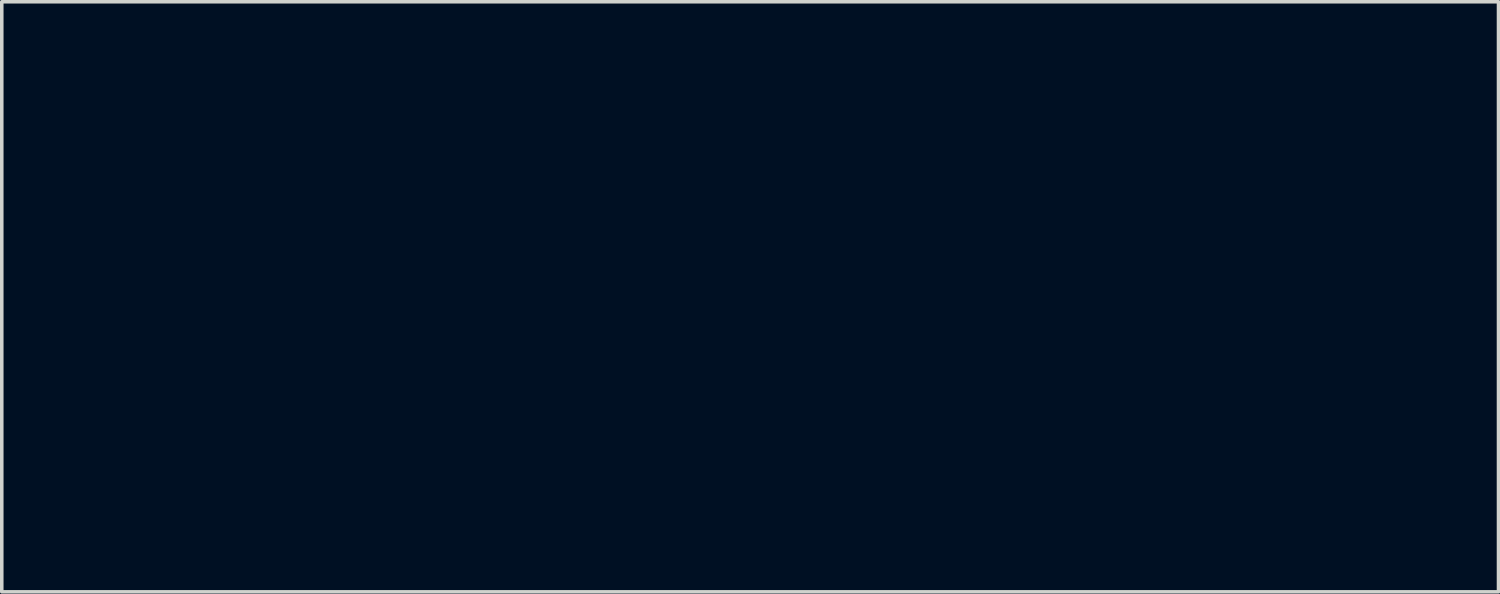
<source format=kicad_pcb>
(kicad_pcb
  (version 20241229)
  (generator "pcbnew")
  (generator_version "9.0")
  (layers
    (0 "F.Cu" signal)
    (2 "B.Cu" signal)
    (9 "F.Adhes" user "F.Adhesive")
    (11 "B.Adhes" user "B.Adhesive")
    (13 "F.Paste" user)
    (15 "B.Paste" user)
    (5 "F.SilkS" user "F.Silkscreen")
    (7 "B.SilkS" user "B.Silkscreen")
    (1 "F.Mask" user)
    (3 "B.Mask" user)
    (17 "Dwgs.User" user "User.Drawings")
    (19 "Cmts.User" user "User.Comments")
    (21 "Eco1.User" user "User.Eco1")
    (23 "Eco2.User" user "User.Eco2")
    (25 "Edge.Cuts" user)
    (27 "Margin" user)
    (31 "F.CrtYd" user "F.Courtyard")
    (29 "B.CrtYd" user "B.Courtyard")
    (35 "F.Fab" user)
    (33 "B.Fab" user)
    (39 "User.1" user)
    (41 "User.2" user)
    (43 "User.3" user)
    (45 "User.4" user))
  (footprint "cc_by_nc_sa_front_mask_30mm"
    (layer "F.Cu")
    (at 18.15 5.349)
    (property "Reference" "cc_by_nc_sa_front_mask_30mm" (at 0 0 0) (layer "F.Mask") (effects (font (size 1.524 1.524) (thickness 0.3))))
    (attr through_hole)
    (fp_poly (pts (xy -3.086 3.312) (xy -2.931 3.324) (xy -2.852 3.349) (xy -2.823 3.401) (xy -2.819 3.48) (xy -2.825 3.569) (xy -2.86 3.616) (xy -2.948 3.637) (xy -3.086 3.648) (xy -3.353 3.663) (xy -3.353 3.297) (xy -3.086 3.312)) (stroke (width 0.01) (type solid)) (fill yes) (layer "F.Mask"))
    (fp_poly (pts (xy -2.884 3.939) (xy -2.746 4.017) (xy -2.693 4.144) (xy -2.692 4.159) (xy -2.726 4.273) (xy -2.833 4.341) (xy -3.023 4.368) (xy -3.084 4.369) (xy -3.353 4.369) (xy -3.353 3.912) (xy -3.102 3.912) (xy -2.884 3.939)) (stroke (width 0.01) (type solid)) (fill yes) (layer "F.Mask"))
    (fp_poly (pts (xy 11.713 3.577) (xy 11.753 3.685) (xy 11.801 3.834) (xy 11.831 3.941) (xy 11.836 3.971) (xy 11.791 3.998) (xy 11.679 4.012) (xy 11.635 4.013) (xy 11.435 4.013) (xy 11.507 3.809) (xy 11.578 3.618) (xy 11.629 3.519) (xy 11.671 3.507) (xy 11.713 3.577)) (stroke (width 0.01) (type solid)) (fill yes) (layer "F.Mask"))
    (fp_poly (pts (xy -1.915 -3.363) (xy -1.78 -3.257) (xy -1.704 -3.11) (xy -1.699 -2.946) (xy -1.779 -2.789) (xy -1.786 -2.781) (xy -1.942 -2.653) (xy -2.103 -2.62) (xy -2.266 -2.664) (xy -2.411 -2.771) (xy -2.482 -2.917) (xy -2.486 -3.078) (xy -2.426 -3.228) (xy -2.31 -3.345) (xy -2.142 -3.401) (xy -2.098 -3.404) (xy -1.915 -3.363)) (stroke (width 0.01) (type solid)) (fill yes) (layer "F.Mask"))
    (fp_poly (pts (xy -2.05 -2.427) (xy -1.346 -2.413) (xy -1.318 -1.067) (xy -1.626 -1.067) (xy -1.626 0.356) (xy -2.54 0.356) (xy -2.54 -1.067) (xy -2.896 -1.067) (xy -2.896 -1.696) (xy -2.892 -1.982) (xy -2.882 -2.181) (xy -2.863 -2.307) (xy -2.834 -2.374) (xy -2.825 -2.383) (xy -2.74 -2.41) (xy -2.561 -2.425) (xy -2.285 -2.43) (xy -2.05 -2.427)) (stroke (width 0.01) (type solid)) (fill yes) (layer "F.Mask"))
    (fp_poly (pts (xy -8.512 -1.564) (xy -8.213 -1.484) (xy -7.959 -1.338) (xy -7.901 -1.287) (xy -7.797 -1.177) (xy -7.732 -1.091) (xy -7.722 -1.065) (xy -7.763 -1.018) (xy -7.87 -0.946) (xy -7.961 -0.896) (xy -8.201 -0.775) (xy -8.337 -0.921) (xy -8.508 -1.035) (xy -8.715 -1.071) (xy -8.922 -1.025) (xy -8.948 -1.012) (xy -9.063 -0.898) (xy -9.144 -0.715) (xy -9.187 -0.491) (xy -9.187 -0.254) (xy -9.14 -0.031) (xy -9.106 0.051) (xy -8.973 0.222) (xy -8.798 0.32) (xy -8.606 0.343) (xy -8.421 0.286) (xy -8.274 0.154) (xy -8.165 0.008) (xy -7.944 0.116) (xy -7.799 0.192) (xy -7.736 0.256) (xy -7.744 0.332) (xy -7.805 0.436) (xy -7.971 0.605) (xy -8.206 0.736) (xy -8.483 0.821) (xy -8.774 0.853) (xy -9.052 0.825) (xy -9.162 0.792) (xy -9.442 0.637) (xy -9.656 0.409) (xy -9.8 0.114) (xy -9.868 -0.238) (xy -9.873 -0.386) (xy -9.839 -0.74) (xy -9.736 -1.027) (xy -9.559 -1.26) (xy -9.406 -1.384) (xy -9.135 -1.515) (xy -8.828 -1.575) (xy -8.512 -1.564)) (stroke (width 0.01) (type solid)) (fill yes) (layer "F.Mask"))
    (fp_poly (pts (xy -10.705 -1.549) (xy -10.59 -1.523) (xy -10.463 -1.463) (xy -10.316 -1.368) (xy -10.174 -1.257) (xy -10.063 -1.152) (xy -10.009 -1.073) (xy -10.008 -1.062) (xy -10.049 -1.016) (xy -10.156 -0.946) (xy -10.247 -0.896) (xy -10.487 -0.775) (xy -10.623 -0.921) (xy -10.795 -1.041) (xy -10.988 -1.077) (xy -11.176 -1.032) (xy -11.332 -0.911) (xy -11.409 -0.785) (xy -11.473 -0.54) (xy -11.476 -0.285) (xy -11.423 -0.044) (xy -11.322 0.155) (xy -11.176 0.288) (xy -11.157 0.298) (xy -10.976 0.334) (xy -10.779 0.3) (xy -10.609 0.207) (xy -10.537 0.128) (xy -10.457 0.005) (xy -10.232 0.114) (xy -10.102 0.188) (xy -10.021 0.254) (xy -10.008 0.28) (xy -10.045 0.358) (xy -10.14 0.47) (xy -10.268 0.592) (xy -10.404 0.698) (xy -10.485 0.747) (xy -10.672 0.809) (xy -10.913 0.842) (xy -11.164 0.844) (xy -11.382 0.814) (xy -11.436 0.797) (xy -11.733 0.644) (xy -11.95 0.436) (xy -12.091 0.167) (xy -12.159 -0.17) (xy -12.167 -0.357) (xy -12.131 -0.723) (xy -12.021 -1.025) (xy -11.833 -1.272) (xy -11.694 -1.388) (xy -11.549 -1.48) (xy -11.408 -1.532) (xy -11.226 -1.559) (xy -11.127 -1.566) (xy -10.908 -1.567) (xy -10.705 -1.549)) (stroke (width 0.01) (type solid)) (fill yes) (layer "F.Mask"))
    (fp_poly (pts (xy 11.565 -3.009) (xy 11.909 -2.878) (xy 12.197 -2.663) (xy 12.426 -2.365) (xy 12.507 -2.21) (xy 12.586 -1.955) (xy 12.626 -1.647) (xy 12.626 -1.324) (xy 12.585 -1.025) (xy 12.517 -0.81) (xy 12.312 -0.481) (xy 12.041 -0.221) (xy 11.719 -0.038) (xy 11.359 0.061) (xy 10.975 0.069) (xy 10.83 0.047) (xy 10.512 -0.065) (xy 10.235 -0.261) (xy 10.018 -0.525) (xy 9.93 -0.698) (xy 9.864 -0.875) (xy 9.855 -0.985) (xy 9.915 -1.042) (xy 10.056 -1.064) (xy 10.203 -1.067) (xy 10.387 -1.065) (xy 10.495 -1.053) (xy 10.552 -1.02) (xy 10.583 -0.956) (xy 10.598 -0.907) (xy 10.7 -0.717) (xy 10.876 -0.593) (xy 11.117 -0.541) (xy 11.17 -0.539) (xy 11.432 -0.579) (xy 11.634 -0.698) (xy 11.777 -0.898) (xy 11.861 -1.18) (xy 11.886 -1.513) (xy 11.866 -1.834) (xy 11.799 -2.08) (xy 11.68 -2.266) (xy 11.627 -2.317) (xy 11.427 -2.433) (xy 11.197 -2.467) (xy 10.967 -2.421) (xy 10.763 -2.298) (xy 10.697 -2.23) (xy 10.594 -2.082) (xy 10.574 -1.982) (xy 10.638 -1.934) (xy 10.68 -1.93) (xy 10.727 -1.921) (xy 10.725 -1.885) (xy 10.666 -1.808) (xy 10.542 -1.679) (xy 10.502 -1.639) (xy 10.211 -1.347) (xy 9.919 -1.639) (xy 9.779 -1.784) (xy 9.706 -1.873) (xy 9.693 -1.918) (xy 9.733 -1.93) (xy 9.735 -1.93) (xy 9.811 -1.954) (xy 9.867 -2.04) (xy 9.906 -2.157) (xy 10.044 -2.48) (xy 10.256 -2.736) (xy 10.534 -2.921) (xy 10.869 -3.028) (xy 11.169 -3.054) (xy 11.565 -3.009)) (stroke (width 0.01) (type solid)) (fill yes) (layer "F.Mask"))
    (fp_poly (pts (xy 11.317 -4.458) (xy 11.782 -4.404) (xy 12.19 -4.294) (xy 12.579 -4.116) (xy 12.689 -4.052) (xy 13.113 -3.74) (xy 13.466 -3.365) (xy 13.745 -2.939) (xy 13.946 -2.475) (xy 14.068 -1.984) (xy 14.105 -1.479) (xy 14.057 -0.971) (xy 13.92 -0.474) (xy 13.69 0.001) (xy 13.686 0.007) (xy 13.502 0.259) (xy 13.257 0.526) (xy 12.979 0.779) (xy 12.698 0.99) (xy 12.584 1.061) (xy 12.155 1.252) (xy 11.679 1.37) (xy 11.18 1.412) (xy 10.685 1.375) (xy 10.432 1.322) (xy 10.084 1.213) (xy 9.785 1.078) (xy 9.507 0.899) (xy 9.22 0.658) (xy 9.058 0.502) (xy 8.716 0.097) (xy 8.465 -0.349) (xy 8.305 -0.839) (xy 8.234 -1.377) (xy 8.23 -1.555) (xy 8.23 -1.556) (xy 8.75 -1.556) (xy 8.783 -1.119) (xy 8.897 -0.697) (xy 9.087 -0.3) (xy 9.353 0.061) (xy 9.692 0.374) (xy 10.1 0.629) (xy 10.439 0.772) (xy 10.697 0.831) (xy 11.015 0.858) (xy 11.353 0.853) (xy 11.675 0.815) (xy 11.813 0.785) (xy 12.117 0.683) (xy 12.396 0.535) (xy 12.679 0.324) (xy 12.824 0.197) (xy 13.146 -0.16) (xy 13.376 -0.559) (xy 13.515 -1.003) (xy 13.563 -1.493) (xy 13.563 -1.516) (xy 13.523 -2.001) (xy 13.401 -2.434) (xy 13.191 -2.83) (xy 12.887 -3.204) (xy 12.831 -3.26) (xy 12.457 -3.564) (xy 12.044 -3.78) (xy 11.606 -3.908) (xy 11.156 -3.95) (xy 10.705 -3.903) (xy 10.268 -3.77) (xy 9.857 -3.55) (xy 9.485 -3.242) (xy 9.474 -3.231) (xy 9.159 -2.845) (xy 8.936 -2.43) (xy 8.8 -1.997) (xy 8.75 -1.556) (xy 8.23 -1.556) (xy 8.269 -2.074) (xy 8.391 -2.548) (xy 8.602 -2.987) (xy 8.905 -3.405) (xy 9.116 -3.633) (xy 9.517 -3.978) (xy 9.943 -4.228) (xy 10.402 -4.387) (xy 10.906 -4.459) (xy 11.317 -4.458)) (stroke (width 0.01) (type solid)) (fill yes) (layer "F.Mask"))
    (fp_poly (pts (xy -1.376 -4.385) (xy -0.893 -4.221) (xy -0.445 -3.974) (xy -0.042 -3.646) (xy 0.303 -3.242) (xy 0.349 -3.176) (xy 0.572 -2.795) (xy 0.721 -2.422) (xy 0.806 -2.024) (xy 0.835 -1.57) (xy 0.835 -1.524) (xy 0.806 -1.034) (xy 0.716 -0.606) (xy 0.558 -0.215) (xy 0.417 0.028) (xy 0.193 0.319) (xy -0.091 0.613) (xy -0.401 0.877) (xy -0.678 1.062) (xy -1.083 1.243) (xy -1.542 1.361) (xy -2.028 1.411) (xy -2.51 1.39) (xy -2.642 1.371) (xy -3.107 1.24) (xy -3.552 1.021) (xy -3.963 0.725) (xy -4.325 0.367) (xy -4.626 -0.043) (xy -4.853 -0.491) (xy -4.954 -0.798) (xy -5.004 -1.089) (xy -5.025 -1.434) (xy -5.024 -1.493) (xy -4.505 -1.493) (xy -4.459 -1.046) (xy -4.339 -0.626) (xy -4.222 -0.381) (xy -4.005 -0.074) (xy -3.722 0.218) (xy -3.4 0.474) (xy -3.062 0.676) (xy -2.734 0.804) (xy -2.712 0.81) (xy -2.577 0.83) (xy -2.372 0.843) (xy -2.132 0.849) (xy -1.978 0.848) (xy -1.73 0.841) (xy -1.55 0.826) (xy -1.407 0.797) (xy -1.267 0.746) (xy -1.097 0.667) (xy -1.061 0.649) (xy -0.673 0.407) (xy -0.322 0.089) (xy -0.032 -0.28) (xy 0.115 -0.543) (xy 0.184 -0.693) (xy 0.23 -0.817) (xy 0.259 -0.942) (xy 0.273 -1.094) (xy 0.279 -1.3) (xy 0.279 -1.524) (xy 0.278 -1.79) (xy 0.272 -1.982) (xy 0.255 -2.126) (xy 0.224 -2.25) (xy 0.172 -2.381) (xy 0.095 -2.545) (xy 0.095 -2.546) (xy -0.154 -2.958) (xy -0.468 -3.303) (xy -0.833 -3.576) (xy -1.237 -3.774) (xy -1.669 -3.895) (xy -2.115 -3.935) (xy -2.563 -3.891) (xy -3.002 -3.759) (xy -3.418 -3.537) (xy -3.505 -3.476) (xy -3.799 -3.216) (xy -4.065 -2.899) (xy -4.276 -2.56) (xy -4.365 -2.36) (xy -4.474 -1.94) (xy -4.505 -1.493) (xy -5.024 -1.493) (xy -5.018 -1.791) (xy -4.981 -2.117) (xy -4.952 -2.258) (xy -4.794 -2.694) (xy -4.559 -3.116) (xy -4.264 -3.504) (xy -3.924 -3.836) (xy -3.555 -4.094) (xy -3.441 -4.154) (xy -2.927 -4.35) (xy -2.404 -4.452) (xy -1.884 -4.463) (xy -1.376 -4.385)) (stroke (width 0.01) (type solid)) (fill yes) (layer "F.Mask"))
    (fp_poly (pts (xy -9.529 -4.311) (xy -9.113 -4.258) (xy -8.724 -4.161) (xy -8.437 -4.058) (xy -7.883 -3.785) (xy -7.389 -3.434) (xy -6.96 -3.016) (xy -6.601 -2.539) (xy -6.318 -2.011) (xy -6.116 -1.442) (xy -5.999 -0.841) (xy -5.974 -0.216) (xy -5.994 0.072) (xy -6.078 0.607) (xy -6.215 1.079) (xy -6.417 1.51) (xy -6.693 1.92) (xy -7.055 2.332) (xy -7.135 2.413) (xy -7.522 2.768) (xy -7.898 3.043) (xy -8.287 3.254) (xy -8.715 3.418) (xy -8.839 3.455) (xy -9.162 3.524) (xy -9.543 3.569) (xy -9.945 3.589) (xy -10.331 3.581) (xy -10.665 3.545) (xy -10.726 3.533) (xy -11.293 3.372) (xy -11.812 3.13) (xy -12.296 2.802) (xy -12.676 2.464) (xy -13.094 2.003) (xy -13.417 1.537) (xy -13.651 1.051) (xy -13.802 0.531) (xy -13.877 -0.039) (xy -13.887 -0.406) (xy -13.884 -0.444) (xy -13.192 -0.444) (xy -13.155 0.104) (xy -13.019 0.657) (xy -13.005 0.696) (xy -12.784 1.179) (xy -12.478 1.625) (xy -12.102 2.022) (xy -11.67 2.358) (xy -11.195 2.621) (xy -10.692 2.8) (xy -10.49 2.845) (xy -10.24 2.87) (xy -9.932 2.873) (xy -9.603 2.855) (xy -9.295 2.819) (xy -9.047 2.767) (xy -9.042 2.765) (xy -8.589 2.587) (xy -8.144 2.33) (xy -7.738 2.012) (xy -7.722 1.997) (xy -7.333 1.583) (xy -7.04 1.146) (xy -6.839 0.676) (xy -6.724 0.163) (xy -6.692 -0.305) (xy -6.7 -0.693) (xy -6.739 -1.022) (xy -6.817 -1.329) (xy -6.943 -1.654) (xy -7.022 -1.826) (xy -7.141 -2.057) (xy -7.268 -2.252) (xy -7.427 -2.445) (xy -7.639 -2.665) (xy -8.062 -3.032) (xy -8.5 -3.304) (xy -8.969 -3.486) (xy -9.482 -3.584) (xy -9.922 -3.607) (xy -10.503 -3.564) (xy -11.03 -3.436) (xy -11.505 -3.222) (xy -11.929 -2.922) (xy -11.941 -2.911) (xy -12.377 -2.474) (xy -12.721 -2.002) (xy -12.973 -1.503) (xy -13.131 -0.981) (xy -13.192 -0.444) (xy -13.884 -0.444) (xy -13.839 -1.037) (xy -13.699 -1.628) (xy -13.464 -2.183) (xy -13.133 -2.709) (xy -12.976 -2.91) (xy -12.531 -3.372) (xy -12.038 -3.744) (xy -11.501 -4.027) (xy -10.923 -4.217) (xy -10.307 -4.313) (xy -10.008 -4.325) (xy -9.529 -4.311)) (stroke (width 0.01) (type solid)) (fill yes) (layer "F.Mask"))
    (fp_poly (pts (xy 5.198 -4.398) (xy 5.683 -4.252) (xy 5.987 -4.107) (xy 6.251 -3.927) (xy 6.525 -3.688) (xy 6.786 -3.415) (xy 7.006 -3.137) (xy 7.154 -2.891) (xy 7.35 -2.38) (xy 7.454 -1.849) (xy 7.466 -1.312) (xy 7.386 -0.785) (xy 7.214 -0.283) (xy 7.181 -0.211) (xy 6.949 0.165) (xy 6.639 0.521) (xy 6.271 0.836) (xy 5.869 1.093) (xy 5.454 1.271) (xy 5.446 1.274) (xy 5.103 1.353) (xy 4.713 1.397) (xy 4.319 1.401) (xy 3.962 1.366) (xy 3.875 1.349) (xy 3.413 1.195) (xy 2.972 0.953) (xy 2.568 0.638) (xy 2.218 0.264) (xy 1.942 -0.154) (xy 1.888 -0.259) (xy 1.688 -0.781) (xy 1.59 -1.3) (xy 1.591 -1.627) (xy 2.138 -1.627) (xy 2.147 -1.318) (xy 2.182 -1.024) (xy 2.23 -0.817) (xy 2.414 -0.39) (xy 2.683 -0.001) (xy 3.02 0.334) (xy 3.412 0.6) (xy 3.794 0.766) (xy 4.104 0.835) (xy 4.462 0.861) (xy 4.83 0.845) (xy 5.175 0.789) (xy 5.459 0.695) (xy 5.676 0.58) (xy 5.904 0.438) (xy 6.026 0.351) (xy 6.184 0.216) (xy 6.338 0.063) (xy 6.472 -0.09) (xy 6.571 -0.224) (xy 6.621 -0.323) (xy 6.617 -0.361) (xy 6.558 -0.395) (xy 6.425 -0.46) (xy 6.241 -0.546) (xy 6.065 -0.625) (xy 5.55 -0.852) (xy 5.471 -0.685) (xy 5.334 -0.494) (xy 5.135 -0.334) (xy 4.915 -0.236) (xy 4.889 -0.23) (xy 4.787 -0.201) (xy 4.739 -0.148) (xy 4.725 -0.041) (xy 4.724 0.029) (xy 4.72 0.168) (xy 4.693 0.234) (xy 4.626 0.253) (xy 4.572 0.254) (xy 4.477 0.247) (xy 4.433 0.208) (xy 4.42 0.108) (xy 4.42 0.032) (xy 4.415 -0.107) (xy 4.383 -0.176) (xy 4.297 -0.209) (xy 4.207 -0.224) (xy 4.034 -0.27) (xy 3.836 -0.348) (xy 3.747 -0.393) (xy 3.5 -0.527) (xy 3.908 -0.935) (xy 4.107 -0.823) (xy 4.301 -0.746) (xy 4.509 -0.713) (xy 4.698 -0.724) (xy 4.836 -0.781) (xy 4.851 -0.794) (xy 4.909 -0.906) (xy 4.918 -1.009) (xy 4.906 -1.05) (xy 4.876 -1.093) (xy 4.817 -1.141) (xy 4.719 -1.201) (xy 4.571 -1.278) (xy 4.365 -1.377) (xy 4.089 -1.504) (xy 3.734 -1.664) (xy 3.581 -1.733) (xy 2.261 -2.324) (xy 2.201 -2.14) (xy 2.156 -1.914) (xy 2.138 -1.627) (xy 1.591 -1.627) (xy 1.593 -1.819) (xy 1.697 -2.337) (xy 1.888 -2.824) (xy 1.909 -2.86) (xy 2.54 -2.86) (xy 2.584 -2.825) (xy 2.703 -2.759) (xy 2.878 -2.673) (xy 3.086 -2.577) (xy 3.345 -2.467) (xy 3.521 -2.404) (xy 3.621 -2.384) (xy 3.652 -2.4) (xy 3.725 -2.511) (xy 3.857 -2.635) (xy 4.018 -2.747) (xy 4.172 -2.82) (xy 4.201 -2.828) (xy 4.324 -2.865) (xy 4.383 -2.922) (xy 4.405 -3.034) (xy 4.41 -3.088) (xy 4.426 -3.223) (xy 4.462 -3.285) (xy 4.539 -3.301) (xy 4.575 -3.302) (xy 4.668 -3.295) (xy 4.711 -3.255) (xy 4.724 -3.153) (xy 4.724 -3.08) (xy 4.73 -2.941) (xy 4.761 -2.872) (xy 4.839 -2.84) (xy 4.9 -2.83) (xy 5.044 -2.794) (xy 5.199 -2.738) (xy 5.335 -2.675) (xy 5.421 -2.619) (xy 5.436 -2.595) (xy 5.402 -2.542) (xy 5.317 -2.447) (xy 5.264 -2.393) (xy 5.092 -2.227) (xy 4.849 -2.31) (xy 4.661 -2.356) (xy 4.498 -2.365) (xy 4.462 -2.36) (xy 4.35 -2.309) (xy 4.263 -2.224) (xy 4.225 -2.137) (xy 4.24 -2.091) (xy 4.295 -2.061) (xy 4.428 -1.996) (xy 4.624 -1.903) (xy 4.87 -1.79) (xy 5.149 -1.662) (xy 5.448 -1.527) (xy 5.751 -1.391) (xy 6.044 -1.26) (xy 6.312 -1.142) (xy 6.54 -1.042) (xy 6.714 -0.968) (xy 6.819 -0.926) (xy 6.841 -0.919) (xy 6.88 -0.964) (xy 6.915 -1.097) (xy 6.937 -1.25) (xy 6.94 -1.745) (xy 6.847 -2.219) (xy 6.658 -2.662) (xy 6.379 -3.067) (xy 6.235 -3.223) (xy 5.897 -3.515) (xy 5.544 -3.723) (xy 5.145 -3.863) (xy 5.01 -3.895) (xy 4.552 -3.944) (xy 4.09 -3.903) (xy 3.647 -3.776) (xy 3.247 -3.569) (xy 3.226 -3.555) (xy 3.103 -3.46) (xy 2.958 -3.33) (xy 2.81 -3.186) (xy 2.677 -3.046) (xy 2.581 -2.932) (xy 2.54 -2.863) (xy 2.54 -2.86) (xy 1.909 -2.86) (xy 2.058 -3.108) (xy 2.291 -3.405) (xy 2.565 -3.692) (xy 2.852 -3.942) (xy 3.13 -4.129) (xy 3.187 -4.16) (xy 3.66 -4.344) (xy 4.166 -4.444) (xy 4.685 -4.462) (xy 5.198 -4.398)) (stroke (width 0.01) (type solid)) (fill yes) (layer "F.Mask"))
    (fp_poly (pts (xy 1.391 -5.343) (xy 2.454 -5.342) (xy 3.505 -5.341) (xy 4.54 -5.34) (xy 5.554 -5.338) (xy 6.543 -5.336) (xy 7.5 -5.333) (xy 8.421 -5.33) (xy 9.302 -5.326) (xy 10.137 -5.322) (xy 10.921 -5.318) (xy 11.65 -5.314) (xy 12.319 -5.309) (xy 12.922 -5.303) (xy 13.456 -5.297) (xy 13.914 -5.291) (xy 14.292 -5.285) (xy 14.585 -5.278) (xy 14.789 -5.271) (xy 14.897 -5.263) (xy 14.913 -5.26) (xy 14.966 -5.239) (xy 15.012 -5.22) (xy 15.053 -5.196) (xy 15.089 -5.163) (xy 15.119 -5.113) (xy 15.146 -5.041) (xy 15.168 -4.941) (xy 15.186 -4.808) (xy 15.201 -4.635) (xy 15.212 -4.417) (xy 15.221 -4.148) (xy 15.227 -3.822) (xy 15.231 -3.434) (xy 15.233 -2.977) (xy 15.233 -2.445) (xy 15.233 -1.833) (xy 15.231 -1.136) (xy 15.229 -0.346) (xy 15.228 0.24) (xy 15.215 5.309) (xy 0.021 5.321) (xy -1.215 5.322) (xy -2.425 5.323) (xy -3.604 5.323) (xy -4.749 5.324) (xy -5.857 5.324) (xy -6.922 5.323) (xy -7.941 5.323) (xy -8.91 5.322) (xy -9.825 5.322) (xy -10.682 5.32) (xy -11.478 5.319) (xy -12.208 5.318) (xy -12.868 5.316) (xy -13.454 5.314) (xy -13.963 5.313) (xy -14.39 5.31) (xy -14.732 5.308) (xy -14.985 5.306) (xy -15.144 5.303) (xy -15.205 5.3) (xy -15.206 5.3) (xy -15.211 5.246) (xy -15.215 5.097) (xy -15.22 4.859) (xy -15.224 4.541) (xy -15.227 4.149) (xy -15.231 3.69) (xy -15.234 3.17) (xy -15.236 2.596) (xy -15.238 1.976) (xy -15.239 1.316) (xy -15.24 0.623) (xy -15.24 0.192) (xy -15.24 -0.659) (xy -15.24 -1.372) (xy -14.986 -1.372) (xy -14.986 2.134) (xy -13.891 2.134) (xy -13.638 2.52) (xy -13.279 2.983) (xy -12.841 3.402) (xy -12.343 3.766) (xy -11.802 4.061) (xy -11.237 4.275) (xy -10.998 4.337) (xy -10.764 4.39) (xy -10.584 4.425) (xy -10.43 4.445) (xy -10.269 4.454) (xy -10.072 4.453) (xy -9.806 4.446) (xy -9.779 4.446) (xy -9.436 4.429) (xy -9.155 4.396) (xy -8.894 4.343) (xy -8.723 4.296) (xy -8.089 4.061) (xy -7.505 3.745) (xy -6.979 3.356) (xy -6.619 2.997) (xy -3.759 2.997) (xy -3.759 3.802) (xy -3.757 4.078) (xy -3.752 4.317) (xy -3.743 4.502) (xy -3.732 4.615) (xy -3.725 4.64) (xy -3.651 4.662) (xy -3.503 4.674) (xy -3.309 4.675) (xy -3.095 4.667) (xy -2.89 4.651) (xy -2.719 4.628) (xy -2.619 4.602) (xy -2.449 4.494) (xy -2.359 4.336) (xy -2.337 4.152) (xy -2.381 3.965) (xy -2.461 3.864) (xy -2.585 3.747) (xy -2.481 3.606) (xy -2.407 3.462) (xy -2.412 3.308) (xy -2.453 3.183) (xy -2.525 3.096) (xy -2.644 3.04) (xy -2.763 3.02) (xy -2.235 3.02) (xy -2.21 3.07) (xy -2.143 3.189) (xy -2.044 3.358) (xy -1.93 3.548) (xy -1.798 3.771) (xy -1.711 3.933) (xy -1.659 4.059) (xy -1.634 4.174) (xy -1.626 4.303) (xy -1.626 4.363) (xy -1.626 4.674) (xy -1.27 4.674) (xy -1.27 4.345) (xy -1.267 4.193) (xy -1.25 4.07) (xy -1.21 3.95) (xy -1.138 3.805) (xy -1.024 3.609) (xy -0.985 3.545) (xy -0.867 3.349) (xy -0.768 3.186) (xy -0.7 3.074) (xy -0.677 3.035) (xy -0.707 3.012) (xy -0.81 2.998) (xy -0.862 2.997) (xy 2.794 2.997) (xy 2.794 4.674) (xy 3.15 4.674) (xy 3.15 4.13) (xy 3.153 3.877) (xy 3.163 3.717) (xy 3.181 3.643) (xy 3.205 3.642) (xy 3.253 3.706) (xy 3.34 3.837) (xy 3.453 4.013) (xy 3.552 4.173) (xy 3.683 4.382) (xy 3.777 4.52) (xy 3.85 4.602) (xy 3.918 4.643) (xy 3.996 4.661) (xy 4.03 4.664) (xy 4.216 4.68) (xy 4.216 3.832) (xy 4.481 3.832) (xy 4.517 4.1) (xy 4.615 4.31) (xy 4.776 4.501) (xy 4.968 4.638) (xy 5.053 4.673) (xy 5.256 4.7) (xy 5.482 4.681) (xy 5.68 4.62) (xy 5.73 4.592) (xy 5.847 4.484) (xy 5.955 4.336) (xy 6.028 4.186) (xy 6.035 4.151) (xy 9.377 4.151) (xy 9.389 4.235) (xy 9.401 4.277) (xy 9.469 4.441) (xy 9.577 4.552) (xy 9.753 4.638) (xy 9.784 4.649) (xy 9.986 4.708) (xy 10.158 4.716) (xy 10.358 4.676) (xy 10.366 4.674) (xy 10.822 4.674) (xy 11.014 4.674) (xy 11.146 4.663) (xy 11.218 4.612) (xy 11.271 4.496) (xy 11.31 4.399) (xy 11.357 4.346) (xy 11.44 4.323) (xy 11.588 4.318) (xy 11.652 4.318) (xy 11.825 4.32) (xy 11.926 4.336) (xy 11.981 4.378) (xy 12.02 4.46) (xy 12.033 4.496) (xy 12.089 4.615) (xy 12.164 4.665) (xy 12.271 4.674) (xy 12.388 4.664) (xy 12.446 4.64) (xy 12.447 4.636) (xy 12.431 4.577) (xy 12.385 4.441) (xy 12.316 4.242) (xy 12.228 3.997) (xy 12.155 3.798) (xy 11.862 2.998) (xy 11.659 2.998) (xy 11.455 2.998) (xy 11.232 3.595) (xy 11.136 3.85) (xy 11.044 4.096) (xy 10.966 4.302) (xy 10.916 4.432) (xy 10.822 4.674) (xy 10.366 4.674) (xy 10.374 4.672) (xy 10.582 4.567) (xy 10.717 4.397) (xy 10.769 4.175) (xy 10.77 4.156) (xy 10.727 3.958) (xy 10.599 3.804) (xy 10.381 3.694) (xy 10.246 3.655) (xy 10.026 3.597) (xy 9.891 3.542) (xy 9.825 3.479) (xy 9.813 3.399) (xy 9.814 3.387) (xy 9.843 3.314) (xy 9.923 3.276) (xy 10.043 3.261) (xy 10.189 3.261) (xy 10.278 3.299) (xy 10.341 3.375) (xy 10.439 3.471) (xy 10.554 3.512) (xy 10.656 3.497) (xy 10.714 3.425) (xy 10.719 3.388) (xy 10.675 3.247) (xy 10.562 3.108) (xy 10.407 3.005) (xy 10.38 2.994) (xy 10.164 2.948) (xy 9.935 2.958) (xy 9.725 3.018) (xy 9.563 3.119) (xy 9.501 3.198) (xy 9.465 3.316) (xy 9.449 3.467) (xy 9.449 3.472) (xy 9.496 3.655) (xy 9.638 3.803) (xy 9.87 3.914) (xy 10.021 3.955) (xy 10.24 4.02) (xy 10.366 4.1) (xy 10.409 4.202) (xy 10.405 4.251) (xy 10.342 4.35) (xy 10.22 4.401) (xy 10.071 4.406) (xy 9.924 4.365) (xy 9.811 4.279) (xy 9.78 4.228) (xy 9.717 4.148) (xy 9.604 4.117) (xy 9.542 4.115) (xy 9.42 4.119) (xy 9.377 4.151) (xy 6.035 4.151) (xy 6.045 4.102) (xy 6.005 4.035) (xy 5.909 4.007) (xy 5.794 4.017) (xy 5.699 4.064) (xy 5.664 4.114) (xy 5.57 4.269) (xy 5.422 4.356) (xy 5.248 4.369) (xy 5.075 4.304) (xy 5.001 4.244) (xy 4.926 4.148) (xy 4.888 4.033) (xy 4.877 3.861) (xy 4.877 3.834) (xy 4.884 3.656) (xy 4.916 3.539) (xy 4.987 3.439) (xy 5.025 3.4) (xy 5.194 3.279) (xy 5.359 3.259) (xy 5.521 3.341) (xy 5.588 3.404) (xy 5.74 3.523) (xy 5.891 3.556) (xy 6 3.547) (xy 6.031 3.507) (xy 6.018 3.442) (xy 5.901 3.207) (xy 5.715 3.045) (xy 5.465 2.96) (xy 5.298 2.946) (xy 5.032 2.993) (xy 4.807 3.12) (xy 4.633 3.313) (xy 4.521 3.556) (xy 4.481 3.832) (xy 4.216 3.832) (xy 4.216 2.997) (xy 3.864 2.997) (xy 3.835 4.028) (xy 3.515 3.513) (xy 3.378 3.295) (xy 3.281 3.149) (xy 3.208 3.061) (xy 3.144 3.016) (xy 3.076 2.999) (xy 2.994 2.997) (xy 2.794 2.997) (xy -0.862 2.997) (xy -0.988 3.005) (xy -1.072 3.043) (xy -1.148 3.133) (xy -1.208 3.23) (xy -1.322 3.421) (xy -1.399 3.53) (xy -1.457 3.56) (xy -1.516 3.515) (xy -1.594 3.397) (xy -1.647 3.309) (xy -1.749 3.147) (xy -1.824 3.053) (xy -1.897 3.01) (xy -1.99 2.998) (xy -2.036 2.997) (xy -2.162 3.002) (xy -2.231 3.015) (xy -2.235 3.02) (xy -2.763 3.02) (xy -2.825 3.01) (xy -3.085 2.998) (xy -3.212 2.997) (xy -3.759 2.997) (xy -6.619 2.997) (xy -6.522 2.901) (xy -6.201 2.476) (xy -5.975 2.134) (xy 14.986 2.134) (xy 14.986 -1.372) (xy 14.986 -2.053) (xy 14.986 -2.641) (xy 14.985 -3.141) (xy 14.983 -3.561) (xy 14.981 -3.909) (xy 14.978 -4.192) (xy 14.973 -4.417) (xy 14.967 -4.591) (xy 14.959 -4.721) (xy 14.949 -4.815) (xy 14.937 -4.881) (xy 14.923 -4.925) (xy 14.906 -4.954) (xy 14.887 -4.976) (xy 14.884 -4.978) (xy 14.874 -4.988) (xy 14.86 -4.998) (xy 14.839 -5.006) (xy 14.808 -5.014) (xy 14.764 -5.022) (xy 14.702 -5.029) (xy 14.62 -5.035) (xy 14.514 -5.041) (xy 14.38 -5.046) (xy 14.216 -5.051) (xy 14.017 -5.055) (xy 13.78 -5.059) (xy 13.502 -5.062) (xy 13.179 -5.065) (xy 12.808 -5.068) (xy 12.385 -5.07) (xy 11.907 -5.072) (xy 11.37 -5.074) (xy 10.772 -5.075) (xy 10.107 -5.077) (xy 9.374 -5.078) (xy 8.568 -5.078) (xy 7.687 -5.079) (xy 6.725 -5.079) (xy 5.681 -5.08) (xy 4.551 -5.08) (xy 3.331 -5.08) (xy 2.018 -5.08) (xy 0.608 -5.08) (xy -0.000001 -5.08) (xy -1.451 -5.08) (xy -2.803 -5.08) (xy -4.061 -5.08) (xy -5.228 -5.08) (xy -6.307 -5.079) (xy -7.302 -5.079) (xy -8.216 -5.079) (xy -9.052 -5.078) (xy -9.815 -5.077) (xy -10.507 -5.076) (xy -11.132 -5.075) (xy -11.694 -5.073) (xy -12.196 -5.071) (xy -12.641 -5.069) (xy -13.033 -5.066) (xy -13.375 -5.063) (xy -13.671 -5.06) (xy -13.924 -5.057) (xy -14.138 -5.052) (xy -14.317 -5.048) (xy -14.462 -5.043) (xy -14.579 -5.037) (xy -14.671 -5.031) (xy -14.741 -5.025) (xy -14.792 -5.017) (xy -14.828 -5.01) (xy -14.852 -5.001) (xy -14.868 -4.992) (xy -14.88 -4.983) (xy -14.884 -4.978) (xy -14.904 -4.956) (xy -14.921 -4.928) (xy -14.936 -4.886) (xy -14.948 -4.823) (xy -14.958 -4.732) (xy -14.966 -4.606) (xy -14.972 -4.437) (xy -14.977 -4.218) (xy -14.981 -3.941) (xy -14.983 -3.6) (xy -14.985 -3.188) (xy -14.986 -2.696) (xy -14.986 -2.118) (xy -14.986 -1.446) (xy -14.986 -1.372) (xy -15.24 -1.372) (xy -15.24 -1.414) (xy -15.24 -2.079) (xy -15.239 -2.661) (xy -15.237 -3.164) (xy -15.233 -3.594) (xy -15.228 -3.958) (xy -15.22 -4.262) (xy -15.21 -4.511) (xy -15.197 -4.71) (xy -15.181 -4.867) (xy -15.161 -4.986) (xy -15.138 -5.074) (xy -15.11 -5.136) (xy -15.077 -5.179) (xy -15.04 -5.207) (xy -14.997 -5.228) (xy -14.948 -5.246) (xy -14.908 -5.262) (xy -14.839 -5.27) (xy -14.673 -5.277) (xy -14.415 -5.284) (xy -14.071 -5.291) (xy -13.644 -5.297) (xy -13.141 -5.303) (xy -12.565 -5.308) (xy -11.922 -5.313) (xy -11.217 -5.318) (xy -10.454 -5.322) (xy -9.639 -5.326) (xy -8.776 -5.33) (xy -7.871 -5.333) (xy -6.927 -5.335) (xy -5.951 -5.338) (xy -4.947 -5.34) (xy -3.92 -5.341) (xy -2.874 -5.342) (xy -1.815 -5.343) (xy -0.748 -5.344) (xy 0.322 -5.344) (xy 1.391 -5.343)) (stroke (width 0.01) (type solid)) (fill yes) (layer "F.Mask")))
  (gr_rect
    (start -3 -3)
    (end 39.3 13.677)
    (stroke (width 0.1) (type default))
    (fill no)
    (layer "Edge.Cuts")))
</source>
